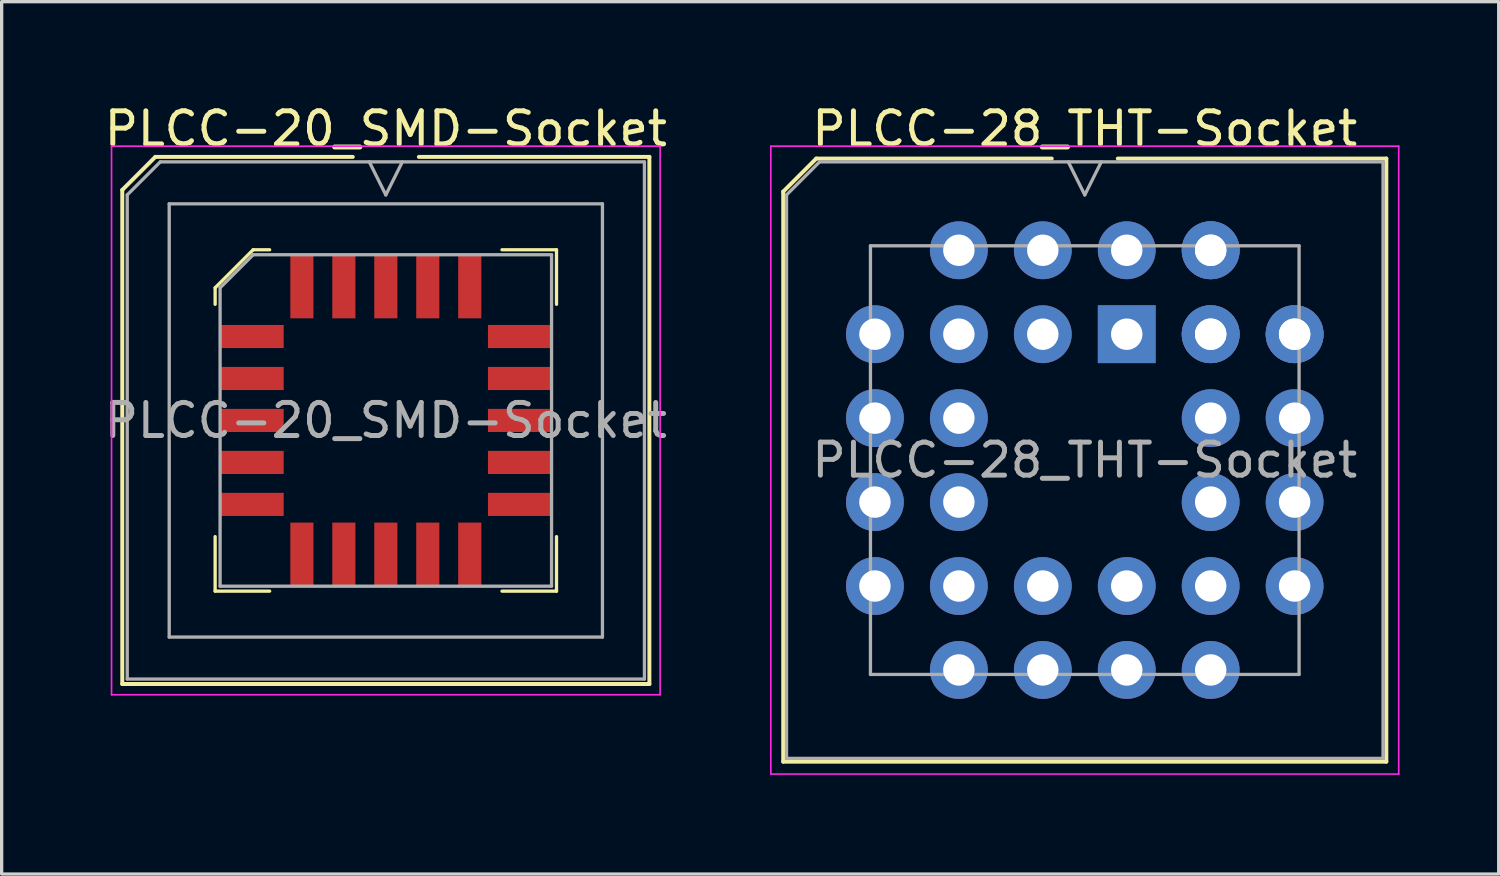
<source format=kicad_pcb>
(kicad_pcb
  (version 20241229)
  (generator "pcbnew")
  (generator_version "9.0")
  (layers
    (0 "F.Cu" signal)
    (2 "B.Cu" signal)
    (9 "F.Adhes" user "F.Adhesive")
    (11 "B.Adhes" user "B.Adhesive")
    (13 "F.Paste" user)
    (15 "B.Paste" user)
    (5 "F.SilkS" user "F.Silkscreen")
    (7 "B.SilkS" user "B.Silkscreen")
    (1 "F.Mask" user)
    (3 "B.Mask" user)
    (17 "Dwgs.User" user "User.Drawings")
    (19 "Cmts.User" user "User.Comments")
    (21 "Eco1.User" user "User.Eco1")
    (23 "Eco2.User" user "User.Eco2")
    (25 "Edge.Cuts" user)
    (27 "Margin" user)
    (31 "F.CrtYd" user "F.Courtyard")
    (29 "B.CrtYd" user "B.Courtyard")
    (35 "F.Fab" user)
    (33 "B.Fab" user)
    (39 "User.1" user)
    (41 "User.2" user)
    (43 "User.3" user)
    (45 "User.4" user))
  (footprint "PLCC-28_THT-Socket"
    (layer "F.Cu")
    (at 31.045 7.063)
    (property "Reference" "PLCC-28_THT-Socket" (at -1.27 -6.215 0) (layer "F.SilkS") (effects (font (size 1 1) (thickness 0.15))))
    (attr through_hole)
    (fp_line (start -10.395 -4.315) (end -10.395 12.935) (stroke (width 0.12) (type solid)) (layer "F.SilkS"))
    (fp_line (start -10.395 12.935) (end 7.855 12.935) (stroke (width 0.12) (type solid)) (layer "F.SilkS"))
    (fp_line (start -9.395 -5.315) (end -10.395 -4.315) (stroke (width 0.12) (type solid)) (layer "F.SilkS"))
    (fp_line (start -2.27 -5.315) (end -9.395 -5.315) (stroke (width 0.12) (type solid)) (layer "F.SilkS"))
    (fp_line (start 7.855 -5.315) (end -0.27 -5.315) (stroke (width 0.12) (type solid)) (layer "F.SilkS"))
    (fp_line (start 7.855 12.935) (end 7.855 -5.315) (stroke (width 0.12) (type solid)) (layer "F.SilkS"))
    (fp_line (start -10.77 -5.69) (end -10.77 13.31) (stroke (width 0.05) (type solid)) (layer "F.CrtYd"))
    (fp_line (start -10.77 13.31) (end 8.23 13.31) (stroke (width 0.05) (type solid)) (layer "F.CrtYd"))
    (fp_line (start 8.23 -5.69) (end -10.77 -5.69) (stroke (width 0.05) (type solid)) (layer "F.CrtYd"))
    (fp_line (start 8.23 13.31) (end 8.23 -5.69) (stroke (width 0.05) (type solid)) (layer "F.CrtYd"))
    (fp_line (start -10.295 -4.215) (end -10.295 12.835) (stroke (width 0.1) (type solid)) (layer "F.Fab"))
    (fp_line (start -10.295 12.835) (end 7.755 12.835) (stroke (width 0.1) (type solid)) (layer "F.Fab"))
    (fp_line (start -9.295 -5.215) (end -10.295 -4.215) (stroke (width 0.1) (type solid)) (layer "F.Fab"))
    (fp_line (start -7.755 -2.675) (end -7.755 10.295) (stroke (width 0.1) (type solid)) (layer "F.Fab"))
    (fp_line (start -7.755 10.295) (end 5.215 10.295) (stroke (width 0.1) (type solid)) (layer "F.Fab"))
    (fp_line (start -1.77 -5.215) (end -1.27 -4.215) (stroke (width 0.1) (type solid)) (layer "F.Fab"))
    (fp_line (start -1.27 -4.215) (end -0.77 -5.215) (stroke (width 0.1) (type solid)) (layer "F.Fab"))
    (fp_line (start 5.215 -2.675) (end -7.755 -2.675) (stroke (width 0.1) (type solid)) (layer "F.Fab"))
    (fp_line (start 5.215 10.295) (end 5.215 -2.675) (stroke (width 0.1) (type solid)) (layer "F.Fab"))
    (fp_line (start 7.755 -5.215) (end -9.295 -5.215) (stroke (width 0.1) (type solid)) (layer "F.Fab"))
    (fp_line (start 7.755 12.835) (end 7.755 -5.215) (stroke (width 0.1) (type solid)) (layer "F.Fab"))
    (fp_text user "${REFERENCE}" (at -1.27 3.81 0) (layer "F.Fab") (effects (font (size 1 1) (thickness 0.15))))
    (pad "1" thru_hole rect (at 0 0) (size 1.75 1.75) (drill 0.95) (layers "*.Cu" "*.Mask"))
    (pad "2" thru_hole circle (at -2.54 -2.54) (size 1.75 1.75) (drill 0.95) (layers "*.Cu" "*.Mask"))
    (pad "3" thru_hole circle (at -2.54 0) (size 1.75 1.75) (drill 0.95) (layers "*.Cu" "*.Mask"))
    (pad "4" thru_hole circle (at -5.08 -2.54) (size 1.75 1.75) (drill 0.95) (layers "*.Cu" "*.Mask"))
    (pad "5" thru_hole circle (at -7.62 0) (size 1.75 1.75) (drill 0.95) (layers "*.Cu" "*.Mask"))
    (pad "6" thru_hole circle (at -5.08 0) (size 1.75 1.75) (drill 0.95) (layers "*.Cu" "*.Mask"))
    (pad "7" thru_hole circle (at -7.62 2.54) (size 1.75 1.75) (drill 0.95) (layers "*.Cu" "*.Mask"))
    (pad "8" thru_hole circle (at -5.08 2.54) (size 1.75 1.75) (drill 0.95) (layers "*.Cu" "*.Mask"))
    (pad "9" thru_hole circle (at -7.62 5.08) (size 1.75 1.75) (drill 0.95) (layers "*.Cu" "*.Mask"))
    (pad "10" thru_hole circle (at -5.08 5.08) (size 1.75 1.75) (drill 0.95) (layers "*.Cu" "*.Mask"))
    (pad "11" thru_hole circle (at -7.62 7.62) (size 1.75 1.75) (drill 0.95) (layers "*.Cu" "*.Mask"))
    (pad "12" thru_hole circle (at -5.08 10.16) (size 1.75 1.75) (drill 0.95) (layers "*.Cu" "*.Mask"))
    (pad "13" thru_hole circle (at -5.08 7.62) (size 1.75 1.75) (drill 0.95) (layers "*.Cu" "*.Mask"))
    (pad "14" thru_hole circle (at -2.54 10.16) (size 1.75 1.75) (drill 0.95) (layers "*.Cu" "*.Mask"))
    (pad "15" thru_hole circle (at -2.54 7.62) (size 1.75 1.75) (drill 0.95) (layers "*.Cu" "*.Mask"))
    (pad "16" thru_hole circle (at 0 10.16) (size 1.75 1.75) (drill 0.95) (layers "*.Cu" "*.Mask"))
    (pad "17" thru_hole circle (at 0 7.62) (size 1.75 1.75) (drill 0.95) (layers "*.Cu" "*.Mask"))
    (pad "18" thru_hole circle (at 2.54 10.16) (size 1.75 1.75) (drill 0.95) (layers "*.Cu" "*.Mask"))
    (pad "19" thru_hole circle (at 2.54 7.62) (size 1.75 1.75) (drill 0.95) (layers "*.Cu" "*.Mask"))
    (pad "19" thru_hole circle (at 5.08 7.62) (size 1.75 1.75) (drill 0.95) (layers "*.Cu" "*.Mask"))
    (pad "20" thru_hole circle (at 2.54 5.08) (size 1.75 1.75) (drill 0.95) (layers "*.Cu" "*.Mask"))
    (pad "21" thru_hole circle (at 5.08 5.08) (size 1.75 1.75) (drill 0.95) (layers "*.Cu" "*.Mask"))
    (pad "22" thru_hole circle (at 2.54 2.54) (size 1.75 1.75) (drill 0.95) (layers "*.Cu" "*.Mask"))
    (pad "23" thru_hole circle (at 5.08 2.54) (size 1.75 1.75) (drill 0.95) (layers "*.Cu" "*.Mask"))
    (pad "24" thru_hole circle (at 2.54 0) (size 1.75 1.75) (drill 0.95) (layers "*.Cu" "*.Mask"))
    (pad "25" thru_hole circle (at 5.08 0) (size 1.75 1.75) (drill 0.95) (layers "*.Cu" "*.Mask"))
    (pad "25" thru_hole circle (at 5.08 0) (size 1.75 1.75) (drill 0.95) (layers "*.Cu" "*.Mask"))
    (pad "26" thru_hole circle (at 2.54 -2.54) (size 1.75 1.75) (drill 0.95) (layers "*.Cu" "*.Mask"))
    (pad "26" thru_hole circle (at 2.54 -2.54) (size 1.75 1.75) (drill 0.95) (layers "*.Cu" "*.Mask"))
    (pad "27" thru_hole circle (at 2.54 0) (size 1.75 1.75) (drill 0.95) (layers "*.Cu" "*.Mask"))
    (pad "28" thru_hole circle (at 0 -2.54) (size 1.75 1.75) (drill 0.95) (layers "*.Cu" "*.Mask")))
  (footprint "PLCC-20_SMD-Socket"
    (layer "F.Cu")
    (at 8.625 9.673)
    (property "Reference" "PLCC-20_SMD-Socket" (at 0 -8.825 0) (layer "F.SilkS") (effects (font (size 1 1) (thickness 0.15))))
    (attr smd)
    (fp_line (start -7.975 -6.975) (end -7.975 7.975) (stroke (width 0.12) (type solid)) (layer "F.SilkS"))
    (fp_line (start -7.975 7.975) (end 7.975 7.975) (stroke (width 0.12) (type solid)) (layer "F.SilkS"))
    (fp_line (start -6.975 -7.975) (end -7.975 -6.975) (stroke (width 0.12) (type solid)) (layer "F.SilkS"))
    (fp_line (start -5.165 -4.015) (end -5.165 -3.515) (stroke (width 0.1) (type solid)) (layer "F.SilkS"))
    (fp_line (start -5.165 5.165) (end -5.165 3.515) (stroke (width 0.1) (type solid)) (layer "F.SilkS"))
    (fp_line (start -4.015 -5.165) (end -5.165 -4.015) (stroke (width 0.1) (type solid)) (layer "F.SilkS"))
    (fp_line (start -3.515 -5.165) (end -4.015 -5.165) (stroke (width 0.1) (type solid)) (layer "F.SilkS"))
    (fp_line (start -3.515 5.165) (end -5.165 5.165) (stroke (width 0.1) (type solid)) (layer "F.SilkS"))
    (fp_line (start -1 -7.975) (end -6.975 -7.975) (stroke (width 0.12) (type solid)) (layer "F.SilkS"))
    (fp_line (start 3.515 -5.165) (end 5.165 -5.165) (stroke (width 0.1) (type solid)) (layer "F.SilkS"))
    (fp_line (start 3.515 5.165) (end 5.165 5.165) (stroke (width 0.1) (type solid)) (layer "F.SilkS"))
    (fp_line (start 5.165 -5.165) (end 5.165 -3.515) (stroke (width 0.1) (type solid)) (layer "F.SilkS"))
    (fp_line (start 5.165 5.165) (end 5.165 3.515) (stroke (width 0.1) (type solid)) (layer "F.SilkS"))
    (fp_line (start 7.975 -7.975) (end 1 -7.975) (stroke (width 0.12) (type solid)) (layer "F.SilkS"))
    (fp_line (start 7.975 7.975) (end 7.975 -7.975) (stroke (width 0.12) (type solid)) (layer "F.SilkS"))
    (fp_line (start -8.3 -8.3) (end -8.3 8.3) (stroke (width 0.05) (type solid)) (layer "F.CrtYd"))
    (fp_line (start -8.3 8.3) (end 8.3 8.3) (stroke (width 0.05) (type solid)) (layer "F.CrtYd"))
    (fp_line (start 8.3 -8.3) (end -8.3 -8.3) (stroke (width 0.05) (type solid)) (layer "F.CrtYd"))
    (fp_line (start 8.3 8.3) (end 8.3 -8.3) (stroke (width 0.05) (type solid)) (layer "F.CrtYd"))
    (fp_line (start -7.825 -6.825) (end -7.825 7.825) (stroke (width 0.1) (type solid)) (layer "F.Fab"))
    (fp_line (start -7.825 7.825) (end 7.825 7.825) (stroke (width 0.1) (type solid)) (layer "F.Fab"))
    (fp_line (start -6.825 -7.825) (end -7.825 -6.825) (stroke (width 0.1) (type solid)) (layer "F.Fab"))
    (fp_line (start -6.555 -6.555) (end -6.555 6.555) (stroke (width 0.1) (type solid)) (layer "F.Fab"))
    (fp_line (start -6.555 6.555) (end 6.555 6.555) (stroke (width 0.1) (type solid)) (layer "F.Fab"))
    (fp_line (start -5.015 -4.015) (end -5.015 5.015) (stroke (width 0.1) (type solid)) (layer "F.Fab"))
    (fp_line (start -5.015 5.015) (end 5.015 5.015) (stroke (width 0.1) (type solid)) (layer "F.Fab"))
    (fp_line (start -4.015 -5.015) (end -5.015 -4.015) (stroke (width 0.1) (type solid)) (layer "F.Fab"))
    (fp_line (start -0.5 -7.825) (end 0 -6.825) (stroke (width 0.1) (type solid)) (layer "F.Fab"))
    (fp_line (start 0 -6.825) (end 0.5 -7.825) (stroke (width 0.1) (type solid)) (layer "F.Fab"))
    (fp_line (start 5.015 -5.015) (end -4.015 -5.015) (stroke (width 0.1) (type solid)) (layer "F.Fab"))
    (fp_line (start 5.015 5.015) (end 5.015 -5.015) (stroke (width 0.1) (type solid)) (layer "F.Fab"))
    (fp_line (start 6.555 -6.555) (end -6.555 -6.555) (stroke (width 0.1) (type solid)) (layer "F.Fab"))
    (fp_line (start 6.555 6.555) (end 6.555 -6.555) (stroke (width 0.1) (type solid)) (layer "F.Fab"))
    (fp_line (start 7.825 -7.825) (end -6.825 -7.825) (stroke (width 0.1) (type solid)) (layer "F.Fab"))
    (fp_line (start 7.825 7.825) (end 7.825 -7.825) (stroke (width 0.1) (type solid)) (layer "F.Fab"))
    (fp_text user "${REFERENCE}" (at 0 0 0) (layer "F.Fab") (effects (font (size 1 1) (thickness 0.15))))
    (pad "1" smd rect (at 0 -4.053) (size 0.7 1.925) (layers "F.Cu" "F.Mask" "F.Paste"))
    (pad "2" smd rect (at -1.27 -4.053) (size 0.7 1.925) (layers "F.Cu" "F.Mask" "F.Paste"))
    (pad "3" smd rect (at -2.54 -4.053) (size 0.7 1.925) (layers "F.Cu" "F.Mask" "F.Paste"))
    (pad "4" smd rect (at -4.053 -2.54) (size 1.925 0.7) (layers "F.Cu" "F.Mask" "F.Paste"))
    (pad "5" smd rect (at -4.053 -1.27) (size 1.925 0.7) (layers "F.Cu" "F.Mask" "F.Paste"))
    (pad "6" smd rect (at -4.053 0) (size 1.925 0.7) (layers "F.Cu" "F.Mask" "F.Paste"))
    (pad "7" smd rect (at -4.053 1.27) (size 1.925 0.7) (layers "F.Cu" "F.Mask" "F.Paste"))
    (pad "8" smd rect (at -4.053 2.54) (size 1.925 0.7) (layers "F.Cu" "F.Mask" "F.Paste"))
    (pad "9" smd rect (at -2.54 4.053) (size 0.7 1.925) (layers "F.Cu" "F.Mask" "F.Paste"))
    (pad "10" smd rect (at -1.27 4.053) (size 0.7 1.925) (layers "F.Cu" "F.Mask" "F.Paste"))
    (pad "11" smd rect (at 0 4.053) (size 0.7 1.925) (layers "F.Cu" "F.Mask" "F.Paste"))
    (pad "12" smd rect (at 1.27 4.053) (size 0.7 1.925) (layers "F.Cu" "F.Mask" "F.Paste"))
    (pad "13" smd rect (at 2.54 4.053) (size 0.7 1.925) (layers "F.Cu" "F.Mask" "F.Paste"))
    (pad "14" smd rect (at 4.053 2.54) (size 1.925 0.7) (layers "F.Cu" "F.Mask" "F.Paste"))
    (pad "15" smd rect (at 4.053 1.27) (size 1.925 0.7) (layers "F.Cu" "F.Mask" "F.Paste"))
    (pad "16" smd rect (at 4.053 0) (size 1.925 0.7) (layers "F.Cu" "F.Mask" "F.Paste"))
    (pad "17" smd rect (at 4.053 -1.27) (size 1.925 0.7) (layers "F.Cu" "F.Mask" "F.Paste"))
    (pad "18" smd rect (at 4.053 -2.54) (size 1.925 0.7) (layers "F.Cu" "F.Mask" "F.Paste"))
    (pad "19" smd rect (at 2.54 -4.053) (size 0.7 1.925) (layers "F.Cu" "F.Mask" "F.Paste"))
    (pad "20" smd rect (at 1.27 -4.053) (size 0.7 1.925) (layers "F.Cu" "F.Mask" "F.Paste")))
  (gr_rect
    (start -3 -3)
    (end 42.3 23.398)
    (stroke (width 0.1) (type default))
    (fill no)
    (layer "Edge.Cuts")))
</source>
